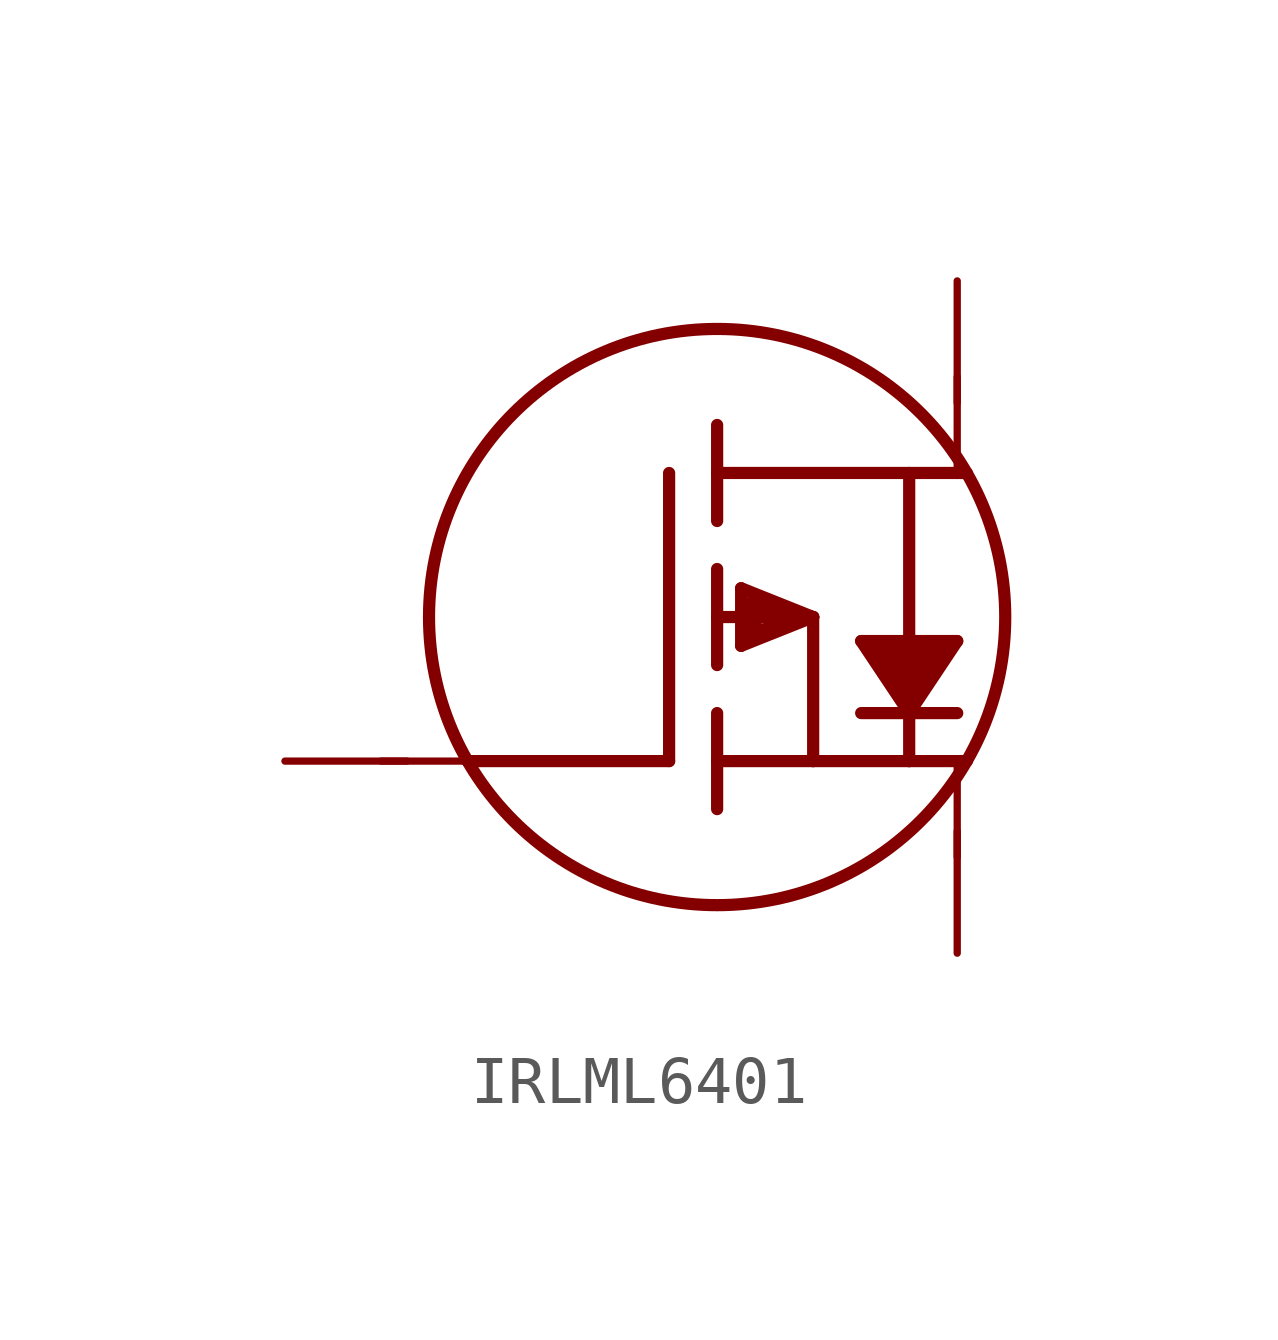
<source format=kicad_sym>
(kicad_symbol_lib
  (version 20231120)
  (generator "kicad_symbol_editor")
  (generator_version "8.0")
  (symbol "IRLML6401"
    (property "Reference" "VT"
      (at -5 7 0)
      (effects (font (size 1.778 1.511)) (justify left bottom) (hide yes)))
    (property "ki_locked" ""
      (at 0 0 0)
      (effects (font (size 1.27 1.27))))
    (symbol "IRLML6401_1_0"
      (polyline (pts (xy -5 -3) (xy -7 -3)) (stroke (width 0.152) (type solid)) (fill (type none)))
      (polyline (pts (xy -5 -3) (xy -5.2 -3)) (stroke (width 0.254) (type solid)) (fill (type none)))
      (polyline (pts (xy -1 -3) (xy -5 -3)) (stroke (width 0.254) (type solid)) (fill (type none)))
      (polyline (pts (xy -1 3) (xy -1 -3)) (stroke (width 0.254) (type solid)) (fill (type none)))
      (polyline (pts (xy 0 -3) (xy 0 -4)) (stroke (width 0.254) (type solid)) (fill (type none)))
      (polyline (pts (xy 0 -3) (xy 2 -3)) (stroke (width 0.254) (type solid)) (fill (type none)))
      (polyline (pts (xy 0 -2) (xy 0 -3)) (stroke (width 0.254) (type solid)) (fill (type none)))
      (polyline (pts (xy 0 0) (xy 0 -1)) (stroke (width 0.254) (type solid)) (fill (type none)))
      (polyline (pts (xy 0 0) (xy 2 0)) (stroke (width 0.254) (type solid)) (fill (type none)))
      (polyline (pts (xy 0 1) (xy 0 0)) (stroke (width 0.254) (type solid)) (fill (type none)))
      (polyline (pts (xy 0 3) (xy 0 2)) (stroke (width 0.254) (type solid)) (fill (type none)))
      (polyline (pts (xy 0 3) (xy 4 3)) (stroke (width 0.254) (type solid)) (fill (type none)))
      (polyline (pts (xy 0 4) (xy 0 3)) (stroke (width 0.254) (type solid)) (fill (type none)))
      (polyline (pts (xy 0.5 -0.6) (xy 2 0)) (stroke (width 0.254) (type solid)) (fill (type none)))
      (polyline (pts (xy 0.5 0.6) (xy 0.5 -0.6)) (stroke (width 0.254) (type solid)) (fill (type none)))
      (polyline (pts (xy 0.6 -0.3) (xy 0.8 -0.1)) (stroke (width 0.254) (type solid)) (fill (type none)))
      (polyline (pts (xy 0.7 0.1) (xy 0.9 0.1)) (stroke (width 0.254) (type solid)) (fill (type none)))
      (polyline (pts (xy 0.7 0.3) (xy 0.7 0.1)) (stroke (width 0.254) (type solid)) (fill (type none)))
      (polyline (pts (xy 0.9 0.1) (xy 1.4 -0.2)) (stroke (width 0.254) (type solid)) (fill (type none)))
      (polyline (pts (xy 1.4 -0.2) (xy 0.6 -0.3)) (stroke (width 0.254) (type solid)) (fill (type none)))
      (polyline (pts (xy 2 -3) (xy 4 -3)) (stroke (width 0.254) (type solid)) (fill (type none)))
      (polyline (pts (xy 2 0) (xy 0.5 0.6)) (stroke (width 0.254) (type solid)) (fill (type none)))
      (polyline (pts (xy 2 0) (xy 0.7 0.3)) (stroke (width 0.254) (type solid)) (fill (type none)))
      (polyline (pts (xy 2 0) (xy 2 -3)) (stroke (width 0.254) (type solid)) (fill (type none)))
      (polyline (pts (xy 3 -2) (xy 4 -2)) (stroke (width 0.254) (type solid)) (fill (type none)))
      (polyline (pts (xy 3 -0.5) (xy 5 -0.5)) (stroke (width 0.254) (type solid)) (fill (type none)))
      (polyline (pts (xy 3.3 -0.7) (xy 4.8 -0.7)) (stroke (width 0.254) (type solid)) (fill (type none)))
      (polyline (pts (xy 3.6 -0.8) (xy 4.7 -0.9)) (stroke (width 0.254) (type solid)) (fill (type none)))
      (polyline (pts (xy 3.9 -1.6) (xy 3.3 -0.7)) (stroke (width 0.254) (type solid)) (fill (type none)))
      (polyline (pts (xy 4 -3) (xy 5 -3)) (stroke (width 0.254) (type solid)) (fill (type none)))
      (polyline (pts (xy 4 -2) (xy 3 -0.5)) (stroke (width 0.254) (type solid)) (fill (type none)))
      (polyline (pts (xy 4 -2) (xy 4 -3)) (stroke (width 0.254) (type solid)) (fill (type none)))
      (polyline (pts (xy 4 -2) (xy 5 -2)) (stroke (width 0.254) (type solid)) (fill (type none)))
      (polyline (pts (xy 4 3) (xy 4 -2)) (stroke (width 0.254) (type solid)) (fill (type none)))
      (polyline (pts (xy 4 3) (xy 5 3)) (stroke (width 0.254) (type solid)) (fill (type none)))
      (polyline (pts (xy 4.1 -1.5) (xy 3.6 -0.8)) (stroke (width 0.254) (type solid)) (fill (type none)))
      (polyline (pts (xy 4.1 -1.2) (xy 4.2 -1)) (stroke (width 0.254) (type solid)) (fill (type none)))
      (polyline (pts (xy 4.2 -1) (xy 3.9 -1)) (stroke (width 0.254) (type solid)) (fill (type none)))
      (polyline (pts (xy 4.7 -0.9) (xy 4.1 -1.2)) (stroke (width 0.254) (type solid)) (fill (type none)))
      (polyline (pts (xy 4.8 -0.7) (xy 4.1 -1.5)) (stroke (width 0.254) (type solid)) (fill (type none)))
      (polyline (pts (xy 5 -5) (xy 5 -3)) (stroke (width 0.152) (type solid)) (fill (type none)))
      (polyline (pts (xy 5 -3) (xy 5.2 -3)) (stroke (width 0.254) (type solid)) (fill (type none)))
      (polyline (pts (xy 5 -0.5) (xy 4 -2)) (stroke (width 0.254) (type solid)) (fill (type none)))
      (polyline (pts (xy 5 3) (xy 5.2 3)) (stroke (width 0.254) (type solid)) (fill (type none)))
      (polyline (pts (xy 5 5) (xy 5 3)) (stroke (width 0.152) (type solid)) (fill (type none)))
      (circle (center 0 0) (radius 6) (stroke (width 0.254) (type solid)) (fill (type none)))
      (pin bidirectional line (at -9 -3 0) (length 2.54) (name "G" (effects (font (size 0 0)))) (number "1" (effects (font (size 0 0)))))
      (pin bidirectional line (at 5 -7 90) (length 2.54) (name "S" (effects (font (size 0 0)))) (number "2" (effects (font (size 0 0)))))
      (pin bidirectional line (at 5 7 270) (length 2.54) (name "D" (effects (font (size 0 0)))) (number "3" (effects (font (size 0 0))))))))
</source>
